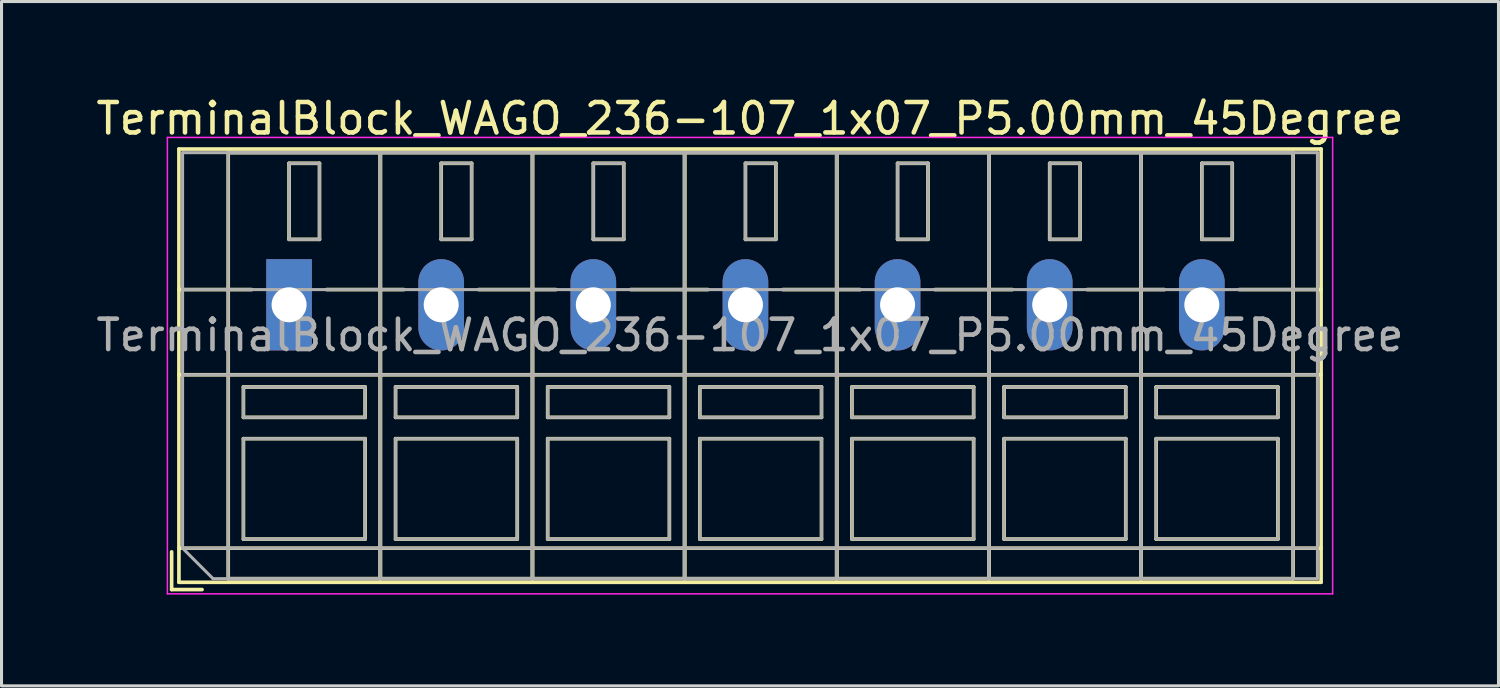
<source format=kicad_pcb>
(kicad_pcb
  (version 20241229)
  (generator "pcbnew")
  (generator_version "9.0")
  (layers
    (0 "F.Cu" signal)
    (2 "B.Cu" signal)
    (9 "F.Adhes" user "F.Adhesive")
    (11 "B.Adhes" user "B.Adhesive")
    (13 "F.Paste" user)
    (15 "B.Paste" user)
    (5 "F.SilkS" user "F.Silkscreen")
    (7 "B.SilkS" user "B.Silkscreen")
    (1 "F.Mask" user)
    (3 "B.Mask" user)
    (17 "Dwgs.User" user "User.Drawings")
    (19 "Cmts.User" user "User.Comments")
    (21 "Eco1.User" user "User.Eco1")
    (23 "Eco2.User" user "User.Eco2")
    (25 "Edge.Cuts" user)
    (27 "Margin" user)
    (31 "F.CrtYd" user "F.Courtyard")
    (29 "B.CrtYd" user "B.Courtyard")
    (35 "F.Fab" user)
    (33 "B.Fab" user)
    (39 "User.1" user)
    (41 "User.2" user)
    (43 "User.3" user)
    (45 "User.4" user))
  (footprint "TerminalBlock_WAGO_236-107_1x07_P5.00mm_45Degree"
    (layer "F.Cu")
    (at 6.451 6.968)
    (property "Reference" "TerminalBlock_WAGO_236-107_1x07_P5.00mm_45Degree" (at 15.15 -6.12 0) (layer "F.SilkS") (effects (font (size 1 1) (thickness 0.15))))
    (attr through_hole)
    (fp_line (start -3.86 8.12) (end -3.86 9.36) (stroke (width 0.12) (type solid)) (layer "F.SilkS"))
    (fp_line (start -3.86 9.36) (end -2.86 9.36) (stroke (width 0.12) (type solid)) (layer "F.SilkS"))
    (fp_line (start -3.62 -5.12) (end -3.62 9.12) (stroke (width 0.12) (type solid)) (layer "F.SilkS"))
    (fp_line (start -3.62 -5.12) (end 33.92 -5.12) (stroke (width 0.12) (type solid)) (layer "F.SilkS"))
    (fp_line (start -3.62 -0.5) (end -1.23 -0.5) (stroke (width 0.12) (type solid)) (layer "F.SilkS"))
    (fp_line (start -3.62 2.3) (end 33.92 2.3) (stroke (width 0.12) (type solid)) (layer "F.SilkS"))
    (fp_line (start -3.62 8) (end 33.92 8) (stroke (width 0.12) (type solid)) (layer "F.SilkS"))
    (fp_line (start -3.62 9.12) (end 33.92 9.12) (stroke (width 0.12) (type solid)) (layer "F.SilkS"))
    (fp_line (start -2 -5) (end -2 9) (stroke (width 0.12) (type solid)) (layer "F.SilkS"))
    (fp_line (start -2 -5) (end 3 -5) (stroke (width 0.12) (type solid)) (layer "F.SilkS"))
    (fp_line (start -2 9) (end 3 9) (stroke (width 0.12) (type solid)) (layer "F.SilkS"))
    (fp_line (start -1.5 2.7) (end -1.5 3.7) (stroke (width 0.12) (type solid)) (layer "F.SilkS"))
    (fp_line (start -1.5 2.7) (end 2.5 2.7) (stroke (width 0.12) (type solid)) (layer "F.SilkS"))
    (fp_line (start -1.5 3.7) (end 2.5 3.7) (stroke (width 0.12) (type solid)) (layer "F.SilkS"))
    (fp_line (start -1.5 4.4) (end -1.5 7.7) (stroke (width 0.12) (type solid)) (layer "F.SilkS"))
    (fp_line (start -1.5 4.4) (end 2.5 4.4) (stroke (width 0.12) (type solid)) (layer "F.SilkS"))
    (fp_line (start -1.5 7.7) (end 2.5 7.7) (stroke (width 0.12) (type solid)) (layer "F.SilkS"))
    (fp_line (start 0 -4.65) (end 0 -2.151) (stroke (width 0.12) (type solid)) (layer "F.SilkS"))
    (fp_line (start 0 -4.65) (end 1 -4.65) (stroke (width 0.12) (type solid)) (layer "F.SilkS"))
    (fp_line (start 0 -2.151) (end 1 -2.151) (stroke (width 0.12) (type solid)) (layer "F.SilkS"))
    (fp_line (start 1 -4.65) (end 1 -2.151) (stroke (width 0.12) (type solid)) (layer "F.SilkS"))
    (fp_line (start 1.23 -0.5) (end 3.77 -0.5) (stroke (width 0.12) (type solid)) (layer "F.SilkS"))
    (fp_line (start 2.5 2.7) (end 2.5 3.7) (stroke (width 0.12) (type solid)) (layer "F.SilkS"))
    (fp_line (start 2.5 4.4) (end 2.5 7.7) (stroke (width 0.12) (type solid)) (layer "F.SilkS"))
    (fp_line (start 3 -5) (end 3 9) (stroke (width 0.12) (type solid)) (layer "F.SilkS"))
    (fp_line (start 3 -5) (end 3 9) (stroke (width 0.12) (type solid)) (layer "F.SilkS"))
    (fp_line (start 3 -5) (end 8 -5) (stroke (width 0.12) (type solid)) (layer "F.SilkS"))
    (fp_line (start 3 9) (end 8 9) (stroke (width 0.12) (type solid)) (layer "F.SilkS"))
    (fp_line (start 3.5 2.7) (end 3.5 3.7) (stroke (width 0.12) (type solid)) (layer "F.SilkS"))
    (fp_line (start 3.5 2.7) (end 7.5 2.7) (stroke (width 0.12) (type solid)) (layer "F.SilkS"))
    (fp_line (start 3.5 3.7) (end 7.5 3.7) (stroke (width 0.12) (type solid)) (layer "F.SilkS"))
    (fp_line (start 3.5 4.4) (end 3.5 7.7) (stroke (width 0.12) (type solid)) (layer "F.SilkS"))
    (fp_line (start 3.5 4.4) (end 7.5 4.4) (stroke (width 0.12) (type solid)) (layer "F.SilkS"))
    (fp_line (start 3.5 7.7) (end 7.5 7.7) (stroke (width 0.12) (type solid)) (layer "F.SilkS"))
    (fp_line (start 5 -4.65) (end 5 -2.151) (stroke (width 0.12) (type solid)) (layer "F.SilkS"))
    (fp_line (start 5 -4.65) (end 6 -4.65) (stroke (width 0.12) (type solid)) (layer "F.SilkS"))
    (fp_line (start 5 -2.151) (end 6 -2.151) (stroke (width 0.12) (type solid)) (layer "F.SilkS"))
    (fp_line (start 6 -4.65) (end 6 -2.151) (stroke (width 0.12) (type solid)) (layer "F.SilkS"))
    (fp_line (start 6.23 -0.5) (end 8.77 -0.5) (stroke (width 0.12) (type solid)) (layer "F.SilkS"))
    (fp_line (start 7.5 2.7) (end 7.5 3.7) (stroke (width 0.12) (type solid)) (layer "F.SilkS"))
    (fp_line (start 7.5 4.4) (end 7.5 7.7) (stroke (width 0.12) (type solid)) (layer "F.SilkS"))
    (fp_line (start 8 -5) (end 8 9) (stroke (width 0.12) (type solid)) (layer "F.SilkS"))
    (fp_line (start 8 -5) (end 8 9) (stroke (width 0.12) (type solid)) (layer "F.SilkS"))
    (fp_line (start 8 -5) (end 13 -5) (stroke (width 0.12) (type solid)) (layer "F.SilkS"))
    (fp_line (start 8 9) (end 13 9) (stroke (width 0.12) (type solid)) (layer "F.SilkS"))
    (fp_line (start 8.5 2.7) (end 8.5 3.7) (stroke (width 0.12) (type solid)) (layer "F.SilkS"))
    (fp_line (start 8.5 2.7) (end 12.5 2.7) (stroke (width 0.12) (type solid)) (layer "F.SilkS"))
    (fp_line (start 8.5 3.7) (end 12.5 3.7) (stroke (width 0.12) (type solid)) (layer "F.SilkS"))
    (fp_line (start 8.5 4.4) (end 8.5 7.7) (stroke (width 0.12) (type solid)) (layer "F.SilkS"))
    (fp_line (start 8.5 4.4) (end 12.5 4.4) (stroke (width 0.12) (type solid)) (layer "F.SilkS"))
    (fp_line (start 8.5 7.7) (end 12.5 7.7) (stroke (width 0.12) (type solid)) (layer "F.SilkS"))
    (fp_line (start 10 -4.65) (end 10 -2.151) (stroke (width 0.12) (type solid)) (layer "F.SilkS"))
    (fp_line (start 10 -4.65) (end 11 -4.65) (stroke (width 0.12) (type solid)) (layer "F.SilkS"))
    (fp_line (start 10 -2.151) (end 11 -2.151) (stroke (width 0.12) (type solid)) (layer "F.SilkS"))
    (fp_line (start 11 -4.65) (end 11 -2.151) (stroke (width 0.12) (type solid)) (layer "F.SilkS"))
    (fp_line (start 11.23 -0.5) (end 13.77 -0.5) (stroke (width 0.12) (type solid)) (layer "F.SilkS"))
    (fp_line (start 12.5 2.7) (end 12.5 3.7) (stroke (width 0.12) (type solid)) (layer "F.SilkS"))
    (fp_line (start 12.5 4.4) (end 12.5 7.7) (stroke (width 0.12) (type solid)) (layer "F.SilkS"))
    (fp_line (start 13 -5) (end 13 9) (stroke (width 0.12) (type solid)) (layer "F.SilkS"))
    (fp_line (start 13 -5) (end 13 9) (stroke (width 0.12) (type solid)) (layer "F.SilkS"))
    (fp_line (start 13 -5) (end 18 -5) (stroke (width 0.12) (type solid)) (layer "F.SilkS"))
    (fp_line (start 13 9) (end 18 9) (stroke (width 0.12) (type solid)) (layer "F.SilkS"))
    (fp_line (start 13.5 2.7) (end 13.5 3.7) (stroke (width 0.12) (type solid)) (layer "F.SilkS"))
    (fp_line (start 13.5 2.7) (end 17.5 2.7) (stroke (width 0.12) (type solid)) (layer "F.SilkS"))
    (fp_line (start 13.5 3.7) (end 17.5 3.7) (stroke (width 0.12) (type solid)) (layer "F.SilkS"))
    (fp_line (start 13.5 4.4) (end 13.5 7.7) (stroke (width 0.12) (type solid)) (layer "F.SilkS"))
    (fp_line (start 13.5 4.4) (end 17.5 4.4) (stroke (width 0.12) (type solid)) (layer "F.SilkS"))
    (fp_line (start 13.5 7.7) (end 17.5 7.7) (stroke (width 0.12) (type solid)) (layer "F.SilkS"))
    (fp_line (start 15 -4.65) (end 15 -2.151) (stroke (width 0.12) (type solid)) (layer "F.SilkS"))
    (fp_line (start 15 -4.65) (end 16 -4.65) (stroke (width 0.12) (type solid)) (layer "F.SilkS"))
    (fp_line (start 15 -2.151) (end 16 -2.151) (stroke (width 0.12) (type solid)) (layer "F.SilkS"))
    (fp_line (start 16 -4.65) (end 16 -2.151) (stroke (width 0.12) (type solid)) (layer "F.SilkS"))
    (fp_line (start 16.23 -0.5) (end 18.77 -0.5) (stroke (width 0.12) (type solid)) (layer "F.SilkS"))
    (fp_line (start 17.5 2.7) (end 17.5 3.7) (stroke (width 0.12) (type solid)) (layer "F.SilkS"))
    (fp_line (start 17.5 4.4) (end 17.5 7.7) (stroke (width 0.12) (type solid)) (layer "F.SilkS"))
    (fp_line (start 18 -5) (end 18 9) (stroke (width 0.12) (type solid)) (layer "F.SilkS"))
    (fp_line (start 18 -5) (end 18 9) (stroke (width 0.12) (type solid)) (layer "F.SilkS"))
    (fp_line (start 18 -5) (end 23 -5) (stroke (width 0.12) (type solid)) (layer "F.SilkS"))
    (fp_line (start 18 9) (end 23 9) (stroke (width 0.12) (type solid)) (layer "F.SilkS"))
    (fp_line (start 18.5 2.7) (end 18.5 3.7) (stroke (width 0.12) (type solid)) (layer "F.SilkS"))
    (fp_line (start 18.5 2.7) (end 22.5 2.7) (stroke (width 0.12) (type solid)) (layer "F.SilkS"))
    (fp_line (start 18.5 3.7) (end 22.5 3.7) (stroke (width 0.12) (type solid)) (layer "F.SilkS"))
    (fp_line (start 18.5 4.4) (end 18.5 7.7) (stroke (width 0.12) (type solid)) (layer "F.SilkS"))
    (fp_line (start 18.5 4.4) (end 22.5 4.4) (stroke (width 0.12) (type solid)) (layer "F.SilkS"))
    (fp_line (start 18.5 7.7) (end 22.5 7.7) (stroke (width 0.12) (type solid)) (layer "F.SilkS"))
    (fp_line (start 20 -4.65) (end 20 -2.151) (stroke (width 0.12) (type solid)) (layer "F.SilkS"))
    (fp_line (start 20 -4.65) (end 21 -4.65) (stroke (width 0.12) (type solid)) (layer "F.SilkS"))
    (fp_line (start 20 -2.151) (end 21 -2.151) (stroke (width 0.12) (type solid)) (layer "F.SilkS"))
    (fp_line (start 21 -4.65) (end 21 -2.151) (stroke (width 0.12) (type solid)) (layer "F.SilkS"))
    (fp_line (start 21.23 -0.5) (end 23.77 -0.5) (stroke (width 0.12) (type solid)) (layer "F.SilkS"))
    (fp_line (start 22.5 2.7) (end 22.5 3.7) (stroke (width 0.12) (type solid)) (layer "F.SilkS"))
    (fp_line (start 22.5 4.4) (end 22.5 7.7) (stroke (width 0.12) (type solid)) (layer "F.SilkS"))
    (fp_line (start 23 -5) (end 23 9) (stroke (width 0.12) (type solid)) (layer "F.SilkS"))
    (fp_line (start 23 -5) (end 23 9) (stroke (width 0.12) (type solid)) (layer "F.SilkS"))
    (fp_line (start 23 -5) (end 28 -5) (stroke (width 0.12) (type solid)) (layer "F.SilkS"))
    (fp_line (start 23 9) (end 28 9) (stroke (width 0.12) (type solid)) (layer "F.SilkS"))
    (fp_line (start 23.5 2.7) (end 23.5 3.7) (stroke (width 0.12) (type solid)) (layer "F.SilkS"))
    (fp_line (start 23.5 2.7) (end 27.5 2.7) (stroke (width 0.12) (type solid)) (layer "F.SilkS"))
    (fp_line (start 23.5 3.7) (end 27.5 3.7) (stroke (width 0.12) (type solid)) (layer "F.SilkS"))
    (fp_line (start 23.5 4.4) (end 23.5 7.7) (stroke (width 0.12) (type solid)) (layer "F.SilkS"))
    (fp_line (start 23.5 4.4) (end 27.5 4.4) (stroke (width 0.12) (type solid)) (layer "F.SilkS"))
    (fp_line (start 23.5 7.7) (end 27.5 7.7) (stroke (width 0.12) (type solid)) (layer "F.SilkS"))
    (fp_line (start 25 -4.65) (end 25 -2.151) (stroke (width 0.12) (type solid)) (layer "F.SilkS"))
    (fp_line (start 25 -4.65) (end 26 -4.65) (stroke (width 0.12) (type solid)) (layer "F.SilkS"))
    (fp_line (start 25 -2.151) (end 26 -2.151) (stroke (width 0.12) (type solid)) (layer "F.SilkS"))
    (fp_line (start 26 -4.65) (end 26 -2.151) (stroke (width 0.12) (type solid)) (layer "F.SilkS"))
    (fp_line (start 26.23 -0.5) (end 28.77 -0.5) (stroke (width 0.12) (type solid)) (layer "F.SilkS"))
    (fp_line (start 27.5 2.7) (end 27.5 3.7) (stroke (width 0.12) (type solid)) (layer "F.SilkS"))
    (fp_line (start 27.5 4.4) (end 27.5 7.7) (stroke (width 0.12) (type solid)) (layer "F.SilkS"))
    (fp_line (start 28 -5) (end 28 9) (stroke (width 0.12) (type solid)) (layer "F.SilkS"))
    (fp_line (start 28 -5) (end 28 9) (stroke (width 0.12) (type solid)) (layer "F.SilkS"))
    (fp_line (start 28 -5) (end 33 -5) (stroke (width 0.12) (type solid)) (layer "F.SilkS"))
    (fp_line (start 28 9) (end 33 9) (stroke (width 0.12) (type solid)) (layer "F.SilkS"))
    (fp_line (start 28.5 2.7) (end 28.5 3.7) (stroke (width 0.12) (type solid)) (layer "F.SilkS"))
    (fp_line (start 28.5 2.7) (end 32.5 2.7) (stroke (width 0.12) (type solid)) (layer "F.SilkS"))
    (fp_line (start 28.5 3.7) (end 32.5 3.7) (stroke (width 0.12) (type solid)) (layer "F.SilkS"))
    (fp_line (start 28.5 4.4) (end 28.5 7.7) (stroke (width 0.12) (type solid)) (layer "F.SilkS"))
    (fp_line (start 28.5 4.4) (end 32.5 4.4) (stroke (width 0.12) (type solid)) (layer "F.SilkS"))
    (fp_line (start 28.5 7.7) (end 32.5 7.7) (stroke (width 0.12) (type solid)) (layer "F.SilkS"))
    (fp_line (start 30 -4.65) (end 30 -2.151) (stroke (width 0.12) (type solid)) (layer "F.SilkS"))
    (fp_line (start 30 -4.65) (end 31 -4.65) (stroke (width 0.12) (type solid)) (layer "F.SilkS"))
    (fp_line (start 30 -2.151) (end 31 -2.151) (stroke (width 0.12) (type solid)) (layer "F.SilkS"))
    (fp_line (start 31 -4.65) (end 31 -2.151) (stroke (width 0.12) (type solid)) (layer "F.SilkS"))
    (fp_line (start 31.23 -0.5) (end 33.92 -0.5) (stroke (width 0.12) (type solid)) (layer "F.SilkS"))
    (fp_line (start 32.5 2.7) (end 32.5 3.7) (stroke (width 0.12) (type solid)) (layer "F.SilkS"))
    (fp_line (start 32.5 4.4) (end 32.5 7.7) (stroke (width 0.12) (type solid)) (layer "F.SilkS"))
    (fp_line (start 33 -5) (end 33 9) (stroke (width 0.12) (type solid)) (layer "F.SilkS"))
    (fp_line (start 33.92 -5.12) (end 33.92 9.12) (stroke (width 0.12) (type solid)) (layer "F.SilkS"))
    (fp_line (start -4 -5.5) (end -4 9.5) (stroke (width 0.05) (type solid)) (layer "F.CrtYd"))
    (fp_line (start -4 9.5) (end 34.3 9.5) (stroke (width 0.05) (type solid)) (layer "F.CrtYd"))
    (fp_line (start 34.3 -5.5) (end -4 -5.5) (stroke (width 0.05) (type solid)) (layer "F.CrtYd"))
    (fp_line (start 34.3 9.5) (end 34.3 -5.5) (stroke (width 0.05) (type solid)) (layer "F.CrtYd"))
    (fp_line (start -3.5 -5) (end 33.8 -5) (stroke (width 0.1) (type solid)) (layer "F.Fab"))
    (fp_line (start -3.5 -0.5) (end 33.8 -0.5) (stroke (width 0.1) (type solid)) (layer "F.Fab"))
    (fp_line (start -3.5 2.3) (end 33.8 2.3) (stroke (width 0.1) (type solid)) (layer "F.Fab"))
    (fp_line (start -3.5 8) (end -3.5 -5) (stroke (width 0.1) (type solid)) (layer "F.Fab"))
    (fp_line (start -3.5 8) (end 33.8 8) (stroke (width 0.1) (type solid)) (layer "F.Fab"))
    (fp_line (start -2.5 9) (end -3.5 8) (stroke (width 0.1) (type solid)) (layer "F.Fab"))
    (fp_line (start -2 -5) (end -2 9) (stroke (width 0.1) (type solid)) (layer "F.Fab"))
    (fp_line (start -2 9) (end 3 9) (stroke (width 0.1) (type solid)) (layer "F.Fab"))
    (fp_line (start -1.5 2.7) (end -1.5 3.7) (stroke (width 0.1) (type solid)) (layer "F.Fab"))
    (fp_line (start -1.5 3.7) (end 2.5 3.7) (stroke (width 0.1) (type solid)) (layer "F.Fab"))
    (fp_line (start -1.5 4.4) (end -1.5 7.7) (stroke (width 0.1) (type solid)) (layer "F.Fab"))
    (fp_line (start -1.5 7.7) (end 2.5 7.7) (stroke (width 0.1) (type solid)) (layer "F.Fab"))
    (fp_line (start 0 -4.65) (end 0 -2.15) (stroke (width 0.1) (type solid)) (layer "F.Fab"))
    (fp_line (start 0 -2.15) (end 1 -2.15) (stroke (width 0.1) (type solid)) (layer "F.Fab"))
    (fp_line (start 1 -4.65) (end 0 -4.65) (stroke (width 0.1) (type solid)) (layer "F.Fab"))
    (fp_line (start 1 -2.15) (end 1 -4.65) (stroke (width 0.1) (type solid)) (layer "F.Fab"))
    (fp_line (start 2.5 2.7) (end -1.5 2.7) (stroke (width 0.1) (type solid)) (layer "F.Fab"))
    (fp_line (start 2.5 3.7) (end 2.5 2.7) (stroke (width 0.1) (type solid)) (layer "F.Fab"))
    (fp_line (start 2.5 4.4) (end -1.5 4.4) (stroke (width 0.1) (type solid)) (layer "F.Fab"))
    (fp_line (start 2.5 7.7) (end 2.5 4.4) (stroke (width 0.1) (type solid)) (layer "F.Fab"))
    (fp_line (start 3 -5) (end -2 -5) (stroke (width 0.1) (type solid)) (layer "F.Fab"))
    (fp_line (start 3 -5) (end 3 9) (stroke (width 0.1) (type solid)) (layer "F.Fab"))
    (fp_line (start 3 9) (end 3 -5) (stroke (width 0.1) (type solid)) (layer "F.Fab"))
    (fp_line (start 3 9) (end 8 9) (stroke (width 0.1) (type solid)) (layer "F.Fab"))
    (fp_line (start 3.5 2.7) (end 3.5 3.7) (stroke (width 0.1) (type solid)) (layer "F.Fab"))
    (fp_line (start 3.5 3.7) (end 7.5 3.7) (stroke (width 0.1) (type solid)) (layer "F.Fab"))
    (fp_line (start 3.5 4.4) (end 3.5 7.7) (stroke (width 0.1) (type solid)) (layer "F.Fab"))
    (fp_line (start 3.5 7.7) (end 7.5 7.7) (stroke (width 0.1) (type solid)) (layer "F.Fab"))
    (fp_line (start 5 -4.65) (end 5 -2.15) (stroke (width 0.1) (type solid)) (layer "F.Fab"))
    (fp_line (start 5 -2.15) (end 6 -2.15) (stroke (width 0.1) (type solid)) (layer "F.Fab"))
    (fp_line (start 6 -4.65) (end 5 -4.65) (stroke (width 0.1) (type solid)) (layer "F.Fab"))
    (fp_line (start 6 -2.15) (end 6 -4.65) (stroke (width 0.1) (type solid)) (layer "F.Fab"))
    (fp_line (start 7.5 2.7) (end 3.5 2.7) (stroke (width 0.1) (type solid)) (layer "F.Fab"))
    (fp_line (start 7.5 3.7) (end 7.5 2.7) (stroke (width 0.1) (type solid)) (layer "F.Fab"))
    (fp_line (start 7.5 4.4) (end 3.5 4.4) (stroke (width 0.1) (type solid)) (layer "F.Fab"))
    (fp_line (start 7.5 7.7) (end 7.5 4.4) (stroke (width 0.1) (type solid)) (layer "F.Fab"))
    (fp_line (start 8 -5) (end 3 -5) (stroke (width 0.1) (type solid)) (layer "F.Fab"))
    (fp_line (start 8 -5) (end 8 9) (stroke (width 0.1) (type solid)) (layer "F.Fab"))
    (fp_line (start 8 9) (end 8 -5) (stroke (width 0.1) (type solid)) (layer "F.Fab"))
    (fp_line (start 8 9) (end 13 9) (stroke (width 0.1) (type solid)) (layer "F.Fab"))
    (fp_line (start 8.5 2.7) (end 8.5 3.7) (stroke (width 0.1) (type solid)) (layer "F.Fab"))
    (fp_line (start 8.5 3.7) (end 12.5 3.7) (stroke (width 0.1) (type solid)) (layer "F.Fab"))
    (fp_line (start 8.5 4.4) (end 8.5 7.7) (stroke (width 0.1) (type solid)) (layer "F.Fab"))
    (fp_line (start 8.5 7.7) (end 12.5 7.7) (stroke (width 0.1) (type solid)) (layer "F.Fab"))
    (fp_line (start 10 -4.65) (end 10 -2.15) (stroke (width 0.1) (type solid)) (layer "F.Fab"))
    (fp_line (start 10 -2.15) (end 11 -2.15) (stroke (width 0.1) (type solid)) (layer "F.Fab"))
    (fp_line (start 11 -4.65) (end 10 -4.65) (stroke (width 0.1) (type solid)) (layer "F.Fab"))
    (fp_line (start 11 -2.15) (end 11 -4.65) (stroke (width 0.1) (type solid)) (layer "F.Fab"))
    (fp_line (start 12.5 2.7) (end 8.5 2.7) (stroke (width 0.1) (type solid)) (layer "F.Fab"))
    (fp_line (start 12.5 3.7) (end 12.5 2.7) (stroke (width 0.1) (type solid)) (layer "F.Fab"))
    (fp_line (start 12.5 4.4) (end 8.5 4.4) (stroke (width 0.1) (type solid)) (layer "F.Fab"))
    (fp_line (start 12.5 7.7) (end 12.5 4.4) (stroke (width 0.1) (type solid)) (layer "F.Fab"))
    (fp_line (start 13 -5) (end 8 -5) (stroke (width 0.1) (type solid)) (layer "F.Fab"))
    (fp_line (start 13 -5) (end 13 9) (stroke (width 0.1) (type solid)) (layer "F.Fab"))
    (fp_line (start 13 9) (end 13 -5) (stroke (width 0.1) (type solid)) (layer "F.Fab"))
    (fp_line (start 13 9) (end 18 9) (stroke (width 0.1) (type solid)) (layer "F.Fab"))
    (fp_line (start 13.5 2.7) (end 13.5 3.7) (stroke (width 0.1) (type solid)) (layer "F.Fab"))
    (fp_line (start 13.5 3.7) (end 17.5 3.7) (stroke (width 0.1) (type solid)) (layer "F.Fab"))
    (fp_line (start 13.5 4.4) (end 13.5 7.7) (stroke (width 0.1) (type solid)) (layer "F.Fab"))
    (fp_line (start 13.5 7.7) (end 17.5 7.7) (stroke (width 0.1) (type solid)) (layer "F.Fab"))
    (fp_line (start 15 -4.65) (end 15 -2.15) (stroke (width 0.1) (type solid)) (layer "F.Fab"))
    (fp_line (start 15 -2.15) (end 16 -2.15) (stroke (width 0.1) (type solid)) (layer "F.Fab"))
    (fp_line (start 16 -4.65) (end 15 -4.65) (stroke (width 0.1) (type solid)) (layer "F.Fab"))
    (fp_line (start 16 -2.15) (end 16 -4.65) (stroke (width 0.1) (type solid)) (layer "F.Fab"))
    (fp_line (start 17.5 2.7) (end 13.5 2.7) (stroke (width 0.1) (type solid)) (layer "F.Fab"))
    (fp_line (start 17.5 3.7) (end 17.5 2.7) (stroke (width 0.1) (type solid)) (layer "F.Fab"))
    (fp_line (start 17.5 4.4) (end 13.5 4.4) (stroke (width 0.1) (type solid)) (layer "F.Fab"))
    (fp_line (start 17.5 7.7) (end 17.5 4.4) (stroke (width 0.1) (type solid)) (layer "F.Fab"))
    (fp_line (start 18 -5) (end 13 -5) (stroke (width 0.1) (type solid)) (layer "F.Fab"))
    (fp_line (start 18 -5) (end 18 9) (stroke (width 0.1) (type solid)) (layer "F.Fab"))
    (fp_line (start 18 9) (end 18 -5) (stroke (width 0.1) (type solid)) (layer "F.Fab"))
    (fp_line (start 18 9) (end 23 9) (stroke (width 0.1) (type solid)) (layer "F.Fab"))
    (fp_line (start 18.5 2.7) (end 18.5 3.7) (stroke (width 0.1) (type solid)) (layer "F.Fab"))
    (fp_line (start 18.5 3.7) (end 22.5 3.7) (stroke (width 0.1) (type solid)) (layer "F.Fab"))
    (fp_line (start 18.5 4.4) (end 18.5 7.7) (stroke (width 0.1) (type solid)) (layer "F.Fab"))
    (fp_line (start 18.5 7.7) (end 22.5 7.7) (stroke (width 0.1) (type solid)) (layer "F.Fab"))
    (fp_line (start 20 -4.65) (end 20 -2.15) (stroke (width 0.1) (type solid)) (layer "F.Fab"))
    (fp_line (start 20 -2.15) (end 21 -2.15) (stroke (width 0.1) (type solid)) (layer "F.Fab"))
    (fp_line (start 21 -4.65) (end 20 -4.65) (stroke (width 0.1) (type solid)) (layer "F.Fab"))
    (fp_line (start 21 -2.15) (end 21 -4.65) (stroke (width 0.1) (type solid)) (layer "F.Fab"))
    (fp_line (start 22.5 2.7) (end 18.5 2.7) (stroke (width 0.1) (type solid)) (layer "F.Fab"))
    (fp_line (start 22.5 3.7) (end 22.5 2.7) (stroke (width 0.1) (type solid)) (layer "F.Fab"))
    (fp_line (start 22.5 4.4) (end 18.5 4.4) (stroke (width 0.1) (type solid)) (layer "F.Fab"))
    (fp_line (start 22.5 7.7) (end 22.5 4.4) (stroke (width 0.1) (type solid)) (layer "F.Fab"))
    (fp_line (start 23 -5) (end 18 -5) (stroke (width 0.1) (type solid)) (layer "F.Fab"))
    (fp_line (start 23 -5) (end 23 9) (stroke (width 0.1) (type solid)) (layer "F.Fab"))
    (fp_line (start 23 9) (end 23 -5) (stroke (width 0.1) (type solid)) (layer "F.Fab"))
    (fp_line (start 23 9) (end 28 9) (stroke (width 0.1) (type solid)) (layer "F.Fab"))
    (fp_line (start 23.5 2.7) (end 23.5 3.7) (stroke (width 0.1) (type solid)) (layer "F.Fab"))
    (fp_line (start 23.5 3.7) (end 27.5 3.7) (stroke (width 0.1) (type solid)) (layer "F.Fab"))
    (fp_line (start 23.5 4.4) (end 23.5 7.7) (stroke (width 0.1) (type solid)) (layer "F.Fab"))
    (fp_line (start 23.5 7.7) (end 27.5 7.7) (stroke (width 0.1) (type solid)) (layer "F.Fab"))
    (fp_line (start 25 -4.65) (end 25 -2.15) (stroke (width 0.1) (type solid)) (layer "F.Fab"))
    (fp_line (start 25 -2.15) (end 26 -2.15) (stroke (width 0.1) (type solid)) (layer "F.Fab"))
    (fp_line (start 26 -4.65) (end 25 -4.65) (stroke (width 0.1) (type solid)) (layer "F.Fab"))
    (fp_line (start 26 -2.15) (end 26 -4.65) (stroke (width 0.1) (type solid)) (layer "F.Fab"))
    (fp_line (start 27.5 2.7) (end 23.5 2.7) (stroke (width 0.1) (type solid)) (layer "F.Fab"))
    (fp_line (start 27.5 3.7) (end 27.5 2.7) (stroke (width 0.1) (type solid)) (layer "F.Fab"))
    (fp_line (start 27.5 4.4) (end 23.5 4.4) (stroke (width 0.1) (type solid)) (layer "F.Fab"))
    (fp_line (start 27.5 7.7) (end 27.5 4.4) (stroke (width 0.1) (type solid)) (layer "F.Fab"))
    (fp_line (start 28 -5) (end 23 -5) (stroke (width 0.1) (type solid)) (layer "F.Fab"))
    (fp_line (start 28 -5) (end 28 9) (stroke (width 0.1) (type solid)) (layer "F.Fab"))
    (fp_line (start 28 9) (end 28 -5) (stroke (width 0.1) (type solid)) (layer "F.Fab"))
    (fp_line (start 28 9) (end 33 9) (stroke (width 0.1) (type solid)) (layer "F.Fab"))
    (fp_line (start 28.5 2.7) (end 28.5 3.7) (stroke (width 0.1) (type solid)) (layer "F.Fab"))
    (fp_line (start 28.5 3.7) (end 32.5 3.7) (stroke (width 0.1) (type solid)) (layer "F.Fab"))
    (fp_line (start 28.5 4.4) (end 28.5 7.7) (stroke (width 0.1) (type solid)) (layer "F.Fab"))
    (fp_line (start 28.5 7.7) (end 32.5 7.7) (stroke (width 0.1) (type solid)) (layer "F.Fab"))
    (fp_line (start 30 -4.65) (end 30 -2.15) (stroke (width 0.1) (type solid)) (layer "F.Fab"))
    (fp_line (start 30 -2.15) (end 31 -2.15) (stroke (width 0.1) (type solid)) (layer "F.Fab"))
    (fp_line (start 31 -4.65) (end 30 -4.65) (stroke (width 0.1) (type solid)) (layer "F.Fab"))
    (fp_line (start 31 -2.15) (end 31 -4.65) (stroke (width 0.1) (type solid)) (layer "F.Fab"))
    (fp_line (start 32.5 2.7) (end 28.5 2.7) (stroke (width 0.1) (type solid)) (layer "F.Fab"))
    (fp_line (start 32.5 3.7) (end 32.5 2.7) (stroke (width 0.1) (type solid)) (layer "F.Fab"))
    (fp_line (start 32.5 4.4) (end 28.5 4.4) (stroke (width 0.1) (type solid)) (layer "F.Fab"))
    (fp_line (start 32.5 7.7) (end 32.5 4.4) (stroke (width 0.1) (type solid)) (layer "F.Fab"))
    (fp_line (start 33 -5) (end 28 -5) (stroke (width 0.1) (type solid)) (layer "F.Fab"))
    (fp_line (start 33 9) (end 33 -5) (stroke (width 0.1) (type solid)) (layer "F.Fab"))
    (fp_line (start 33.8 -5) (end 33.8 9) (stroke (width 0.1) (type solid)) (layer "F.Fab"))
    (fp_line (start 33.8 9) (end -2.5 9) (stroke (width 0.1) (type solid)) (layer "F.Fab"))
    (fp_text user "${REFERENCE}" (at 15.15 1 0) (layer "F.Fab") (effects (font (size 1 1) (thickness 0.15))))
    (pad "1" thru_hole rect (at 0 0) (size 1.5 3) (drill 1.15) (layers "*.Cu" "*.Mask"))
    (pad "2" thru_hole oval (at 5 0) (size 1.5 3) (drill 1.15) (layers "*.Cu" "*.Mask"))
    (pad "3" thru_hole oval (at 10 0) (size 1.5 3) (drill 1.15) (layers "*.Cu" "*.Mask"))
    (pad "4" thru_hole oval (at 15 0) (size 1.5 3) (drill 1.15) (layers "*.Cu" "*.Mask"))
    (pad "5" thru_hole oval (at 20 0) (size 1.5 3) (drill 1.15) (layers "*.Cu" "*.Mask"))
    (pad "6" thru_hole oval (at 25 0) (size 1.5 3) (drill 1.15) (layers "*.Cu" "*.Mask"))
    (pad "7" thru_hole oval (at 30 0) (size 1.5 3) (drill 1.15) (layers "*.Cu" "*.Mask")))
  (gr_rect
    (start -3 -3)
    (end 46.202 19.493)
    (stroke (width 0.1) (type default))
    (fill no)
    (layer "Edge.Cuts")))
</source>
